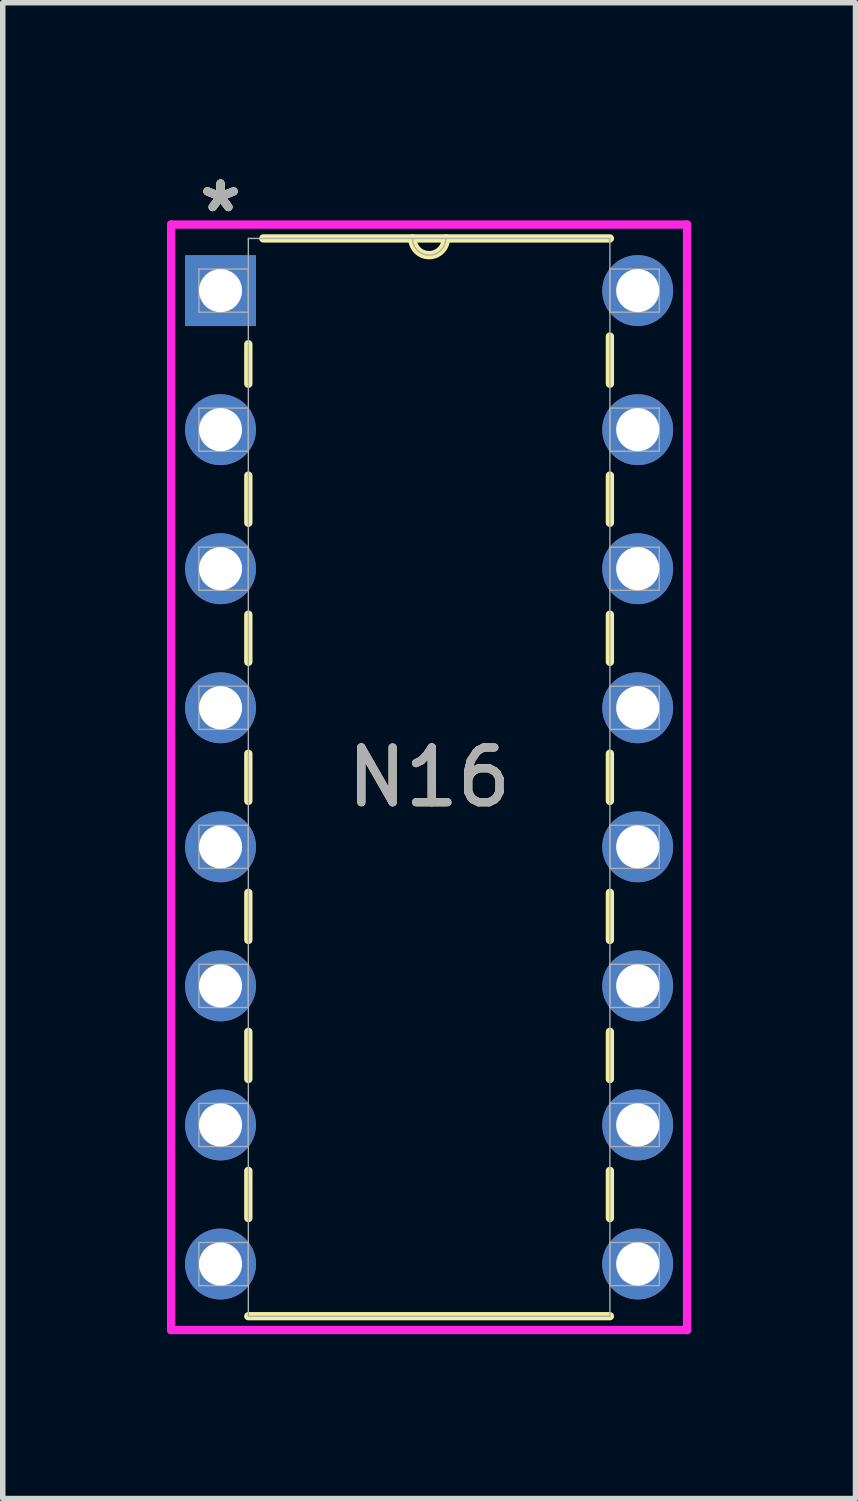
<source format=kicad_pcb>
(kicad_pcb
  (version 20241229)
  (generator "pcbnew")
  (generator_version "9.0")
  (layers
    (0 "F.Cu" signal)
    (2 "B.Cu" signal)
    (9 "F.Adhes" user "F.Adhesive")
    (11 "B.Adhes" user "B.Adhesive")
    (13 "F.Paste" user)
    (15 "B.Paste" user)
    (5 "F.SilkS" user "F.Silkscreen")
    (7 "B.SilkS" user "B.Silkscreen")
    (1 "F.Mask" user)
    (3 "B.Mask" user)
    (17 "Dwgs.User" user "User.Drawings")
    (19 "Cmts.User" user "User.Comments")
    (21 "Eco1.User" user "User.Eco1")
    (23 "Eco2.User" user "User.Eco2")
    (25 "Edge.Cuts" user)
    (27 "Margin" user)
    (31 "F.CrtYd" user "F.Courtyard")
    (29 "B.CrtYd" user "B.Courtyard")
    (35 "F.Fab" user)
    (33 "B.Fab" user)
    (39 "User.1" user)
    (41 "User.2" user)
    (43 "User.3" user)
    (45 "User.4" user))
  (footprint "N16"
    (layer "F.Cu")
    (at 8.598 20.038)
    (property "Reference" "N16" (at -3.81 -8.89 0) (unlocked yes) (layer "F.SilkS") (effects (font (size 1 1) (thickness 0.15))))
    (attr through_hole)
    (fp_line (start -7.112 -16.8) (end -7.112 -16.079) (stroke (width 0.152) (type solid)) (layer "F.SilkS"))
    (fp_line (start -7.112 -14.401) (end -7.112 -13.539) (stroke (width 0.152) (type solid)) (layer "F.SilkS"))
    (fp_line (start -7.112 -11.861) (end -7.112 -10.999) (stroke (width 0.152) (type solid)) (layer "F.SilkS"))
    (fp_line (start -7.112 -9.321) (end -7.112 -8.459) (stroke (width 0.152) (type solid)) (layer "F.SilkS"))
    (fp_line (start -7.112 -6.781) (end -7.112 -5.919) (stroke (width 0.152) (type solid)) (layer "F.SilkS"))
    (fp_line (start -7.112 -4.241) (end -7.112 -3.379) (stroke (width 0.152) (type solid)) (layer "F.SilkS"))
    (fp_line (start -7.112 -1.701) (end -7.112 -0.839) (stroke (width 0.152) (type solid)) (layer "F.SilkS"))
    (fp_line (start -7.112 0.953) (end -0.508 0.953) (stroke (width 0.152) (type solid)) (layer "F.SilkS"))
    (fp_line (start -0.508 -18.733) (end -6.839 -18.733) (stroke (width 0.152) (type solid)) (layer "F.SilkS"))
    (fp_line (start -0.508 -16.079) (end -0.508 -16.941) (stroke (width 0.152) (type solid)) (layer "F.SilkS"))
    (fp_line (start -0.508 -13.539) (end -0.508 -14.401) (stroke (width 0.152) (type solid)) (layer "F.SilkS"))
    (fp_line (start -0.508 -10.999) (end -0.508 -11.861) (stroke (width 0.152) (type solid)) (layer "F.SilkS"))
    (fp_line (start -0.508 -8.459) (end -0.508 -9.321) (stroke (width 0.152) (type solid)) (layer "F.SilkS"))
    (fp_line (start -0.508 -5.919) (end -0.508 -6.781) (stroke (width 0.152) (type solid)) (layer "F.SilkS"))
    (fp_line (start -0.508 -3.379) (end -0.508 -4.241) (stroke (width 0.152) (type solid)) (layer "F.SilkS"))
    (fp_line (start -0.508 -0.839) (end -0.508 -1.701) (stroke (width 0.152) (type solid)) (layer "F.SilkS"))
    (fp_arc (start -3.5052 -18.7325) (mid -3.81 -18.4277) (end -4.1148 -18.7325) (stroke (width 0.1524) (type solid)) (layer "F.SilkS"))
    (fp_line (start -8.522 -18.986) (end -8.522 1.206) (stroke (width 0.152) (type solid)) (layer "F.CrtYd"))
    (fp_line (start -8.522 1.206) (end 0.902 1.206) (stroke (width 0.152) (type solid)) (layer "F.CrtYd"))
    (fp_line (start 0.902 -18.986) (end -8.522 -18.986) (stroke (width 0.152) (type solid)) (layer "F.CrtYd"))
    (fp_line (start 0.902 1.206) (end 0.902 -18.986) (stroke (width 0.152) (type solid)) (layer "F.CrtYd"))
    (fp_line (start -8.014 -18.174) (end -8.014 -17.386) (stroke (width 0.025) (type solid)) (layer "F.Fab"))
    (fp_line (start -8.014 -17.386) (end -7.112 -17.386) (stroke (width 0.025) (type solid)) (layer "F.Fab"))
    (fp_line (start -8.014 -15.634) (end -8.014 -14.846) (stroke (width 0.025) (type solid)) (layer "F.Fab"))
    (fp_line (start -8.014 -14.846) (end -7.112 -14.846) (stroke (width 0.025) (type solid)) (layer "F.Fab"))
    (fp_line (start -8.014 -13.094) (end -8.014 -12.306) (stroke (width 0.025) (type solid)) (layer "F.Fab"))
    (fp_line (start -8.014 -12.306) (end -7.112 -12.306) (stroke (width 0.025) (type solid)) (layer "F.Fab"))
    (fp_line (start -8.014 -10.554) (end -8.014 -9.766) (stroke (width 0.025) (type solid)) (layer "F.Fab"))
    (fp_line (start -8.014 -9.766) (end -7.112 -9.766) (stroke (width 0.025) (type solid)) (layer "F.Fab"))
    (fp_line (start -8.014 -8.014) (end -8.014 -7.226) (stroke (width 0.025) (type solid)) (layer "F.Fab"))
    (fp_line (start -8.014 -7.226) (end -7.112 -7.226) (stroke (width 0.025) (type solid)) (layer "F.Fab"))
    (fp_line (start -8.014 -5.474) (end -8.014 -4.686) (stroke (width 0.025) (type solid)) (layer "F.Fab"))
    (fp_line (start -8.014 -4.686) (end -7.112 -4.686) (stroke (width 0.025) (type solid)) (layer "F.Fab"))
    (fp_line (start -8.014 -2.934) (end -8.014 -2.146) (stroke (width 0.025) (type solid)) (layer "F.Fab"))
    (fp_line (start -8.014 -2.146) (end -7.112 -2.146) (stroke (width 0.025) (type solid)) (layer "F.Fab"))
    (fp_line (start -8.014 -0.394) (end -8.014 0.394) (stroke (width 0.025) (type solid)) (layer "F.Fab"))
    (fp_line (start -8.014 0.394) (end -7.112 0.394) (stroke (width 0.025) (type solid)) (layer "F.Fab"))
    (fp_line (start -7.112 -18.733) (end -7.112 0.953) (stroke (width 0.025) (type solid)) (layer "F.Fab"))
    (fp_line (start -7.112 -18.174) (end -8.014 -18.174) (stroke (width 0.025) (type solid)) (layer "F.Fab"))
    (fp_line (start -7.112 -17.386) (end -7.112 -18.174) (stroke (width 0.025) (type solid)) (layer "F.Fab"))
    (fp_line (start -7.112 -15.634) (end -8.014 -15.634) (stroke (width 0.025) (type solid)) (layer "F.Fab"))
    (fp_line (start -7.112 -14.846) (end -7.112 -15.634) (stroke (width 0.025) (type solid)) (layer "F.Fab"))
    (fp_line (start -7.112 -13.094) (end -8.014 -13.094) (stroke (width 0.025) (type solid)) (layer "F.Fab"))
    (fp_line (start -7.112 -12.306) (end -7.112 -13.094) (stroke (width 0.025) (type solid)) (layer "F.Fab"))
    (fp_line (start -7.112 -10.554) (end -8.014 -10.554) (stroke (width 0.025) (type solid)) (layer "F.Fab"))
    (fp_line (start -7.112 -9.766) (end -7.112 -10.554) (stroke (width 0.025) (type solid)) (layer "F.Fab"))
    (fp_line (start -7.112 -8.014) (end -8.014 -8.014) (stroke (width 0.025) (type solid)) (layer "F.Fab"))
    (fp_line (start -7.112 -7.226) (end -7.112 -8.014) (stroke (width 0.025) (type solid)) (layer "F.Fab"))
    (fp_line (start -7.112 -5.474) (end -8.014 -5.474) (stroke (width 0.025) (type solid)) (layer "F.Fab"))
    (fp_line (start -7.112 -4.686) (end -7.112 -5.474) (stroke (width 0.025) (type solid)) (layer "F.Fab"))
    (fp_line (start -7.112 -2.934) (end -8.014 -2.934) (stroke (width 0.025) (type solid)) (layer "F.Fab"))
    (fp_line (start -7.112 -2.146) (end -7.112 -2.934) (stroke (width 0.025) (type solid)) (layer "F.Fab"))
    (fp_line (start -7.112 -0.394) (end -8.014 -0.394) (stroke (width 0.025) (type solid)) (layer "F.Fab"))
    (fp_line (start -7.112 0.394) (end -7.112 -0.394) (stroke (width 0.025) (type solid)) (layer "F.Fab"))
    (fp_line (start -7.112 0.953) (end -0.508 0.953) (stroke (width 0.025) (type solid)) (layer "F.Fab"))
    (fp_line (start -0.508 -18.733) (end -7.112 -18.733) (stroke (width 0.025) (type solid)) (layer "F.Fab"))
    (fp_line (start -0.508 -18.174) (end -0.508 -17.386) (stroke (width 0.025) (type solid)) (layer "F.Fab"))
    (fp_line (start -0.508 -17.386) (end 0.394 -17.386) (stroke (width 0.025) (type solid)) (layer "F.Fab"))
    (fp_line (start -0.508 -15.634) (end -0.508 -14.846) (stroke (width 0.025) (type solid)) (layer "F.Fab"))
    (fp_line (start -0.508 -14.846) (end 0.394 -14.846) (stroke (width 0.025) (type solid)) (layer "F.Fab"))
    (fp_line (start -0.508 -13.094) (end -0.508 -12.306) (stroke (width 0.025) (type solid)) (layer "F.Fab"))
    (fp_line (start -0.508 -12.306) (end 0.394 -12.306) (stroke (width 0.025) (type solid)) (layer "F.Fab"))
    (fp_line (start -0.508 -10.554) (end -0.508 -9.766) (stroke (width 0.025) (type solid)) (layer "F.Fab"))
    (fp_line (start -0.508 -9.766) (end 0.394 -9.766) (stroke (width 0.025) (type solid)) (layer "F.Fab"))
    (fp_line (start -0.508 -8.014) (end -0.508 -7.226) (stroke (width 0.025) (type solid)) (layer "F.Fab"))
    (fp_line (start -0.508 -7.226) (end 0.394 -7.226) (stroke (width 0.025) (type solid)) (layer "F.Fab"))
    (fp_line (start -0.508 -5.474) (end -0.508 -4.686) (stroke (width 0.025) (type solid)) (layer "F.Fab"))
    (fp_line (start -0.508 -4.686) (end 0.394 -4.686) (stroke (width 0.025) (type solid)) (layer "F.Fab"))
    (fp_line (start -0.508 -2.934) (end -0.508 -2.146) (stroke (width 0.025) (type solid)) (layer "F.Fab"))
    (fp_line (start -0.508 -2.146) (end 0.394 -2.146) (stroke (width 0.025) (type solid)) (layer "F.Fab"))
    (fp_line (start -0.508 -0.394) (end -0.508 0.394) (stroke (width 0.025) (type solid)) (layer "F.Fab"))
    (fp_line (start -0.508 0.394) (end 0.394 0.394) (stroke (width 0.025) (type solid)) (layer "F.Fab"))
    (fp_line (start -0.508 0.953) (end -0.508 -18.733) (stroke (width 0.025) (type solid)) (layer "F.Fab"))
    (fp_line (start 0.394 -18.174) (end -0.508 -18.174) (stroke (width 0.025) (type solid)) (layer "F.Fab"))
    (fp_line (start 0.394 -17.386) (end 0.394 -18.174) (stroke (width 0.025) (type solid)) (layer "F.Fab"))
    (fp_line (start 0.394 -15.634) (end -0.508 -15.634) (stroke (width 0.025) (type solid)) (layer "F.Fab"))
    (fp_line (start 0.394 -14.846) (end 0.394 -15.634) (stroke (width 0.025) (type solid)) (layer "F.Fab"))
    (fp_line (start 0.394 -13.094) (end -0.508 -13.094) (stroke (width 0.025) (type solid)) (layer "F.Fab"))
    (fp_line (start 0.394 -12.306) (end 0.394 -13.094) (stroke (width 0.025) (type solid)) (layer "F.Fab"))
    (fp_line (start 0.394 -10.554) (end -0.508 -10.554) (stroke (width 0.025) (type solid)) (layer "F.Fab"))
    (fp_line (start 0.394 -9.766) (end 0.394 -10.554) (stroke (width 0.025) (type solid)) (layer "F.Fab"))
    (fp_line (start 0.394 -8.014) (end -0.508 -8.014) (stroke (width 0.025) (type solid)) (layer "F.Fab"))
    (fp_line (start 0.394 -7.226) (end 0.394 -8.014) (stroke (width 0.025) (type solid)) (layer "F.Fab"))
    (fp_line (start 0.394 -5.474) (end -0.508 -5.474) (stroke (width 0.025) (type solid)) (layer "F.Fab"))
    (fp_line (start 0.394 -4.686) (end 0.394 -5.474) (stroke (width 0.025) (type solid)) (layer "F.Fab"))
    (fp_line (start 0.394 -2.934) (end -0.508 -2.934) (stroke (width 0.025) (type solid)) (layer "F.Fab"))
    (fp_line (start 0.394 -2.146) (end 0.394 -2.934) (stroke (width 0.025) (type solid)) (layer "F.Fab"))
    (fp_line (start 0.394 -0.394) (end -0.508 -0.394) (stroke (width 0.025) (type solid)) (layer "F.Fab"))
    (fp_line (start 0.394 0.394) (end 0.394 -0.394) (stroke (width 0.025) (type solid)) (layer "F.Fab"))
    (fp_arc (start -3.5052 -18.7325) (mid -3.81 -18.4277) (end -4.1148 -18.7325) (stroke (width 0.0254) (type solid)) (layer "F.Fab"))
    (fp_text user "*" (at -7.62 -19.19 0) (unlocked yes) (layer "F.SilkS") (effects (font (size 1 1) (thickness 0.15))))
    (fp_text user "*" (at -7.62 -19.19 0) (layer "F.SilkS") (effects (font (size 1 1) (thickness 0.15))))
    (fp_text user "*" (at -7.62 -19.19 0) (unlocked yes) (layer "F.Fab") (effects (font (size 1 1) (thickness 0.15))))
    (fp_text user "${REFERENCE}" (at -3.81 -8.89 0) (unlocked yes) (layer "F.Fab") (effects (font (size 1 1) (thickness 0.15))))
    (fp_text user "*" (at -7.62 -19.19 0) (layer "F.Fab") (effects (font (size 1 1) (thickness 0.15))))
    (pad "1" thru_hole rect (at -7.62 -17.78) (size 1.295 1.295) (drill 0.787) (layers "*.Cu" "*.Mask"))
    (pad "2" thru_hole circle (at -7.62 -15.24) (size 1.295 1.295) (drill 0.787) (layers "*.Cu" "*.Mask"))
    (pad "3" thru_hole circle (at -7.62 -12.7) (size 1.295 1.295) (drill 0.787) (layers "*.Cu" "*.Mask"))
    (pad "4" thru_hole circle (at -7.62 -10.16) (size 1.295 1.295) (drill 0.787) (layers "*.Cu" "*.Mask"))
    (pad "5" thru_hole circle (at -7.62 -7.62) (size 1.295 1.295) (drill 0.787) (layers "*.Cu" "*.Mask"))
    (pad "6" thru_hole circle (at -7.62 -5.08) (size 1.295 1.295) (drill 0.787) (layers "*.Cu" "*.Mask"))
    (pad "7" thru_hole circle (at -7.62 -2.54) (size 1.295 1.295) (drill 0.787) (layers "*.Cu" "*.Mask"))
    (pad "8" thru_hole circle (at -7.62 0) (size 1.295 1.295) (drill 0.787) (layers "*.Cu" "*.Mask"))
    (pad "9" thru_hole circle (at 0 0) (size 1.295 1.295) (drill 0.787) (layers "*.Cu" "*.Mask"))
    (pad "10" thru_hole circle (at 0 -2.54) (size 1.295 1.295) (drill 0.787) (layers "*.Cu" "*.Mask"))
    (pad "11" thru_hole circle (at 0 -5.08) (size 1.295 1.295) (drill 0.787) (layers "*.Cu" "*.Mask"))
    (pad "12" thru_hole circle (at 0 -7.62) (size 1.295 1.295) (drill 0.787) (layers "*.Cu" "*.Mask"))
    (pad "13" thru_hole circle (at 0 -10.16) (size 1.295 1.295) (drill 0.787) (layers "*.Cu" "*.Mask"))
    (pad "14" thru_hole circle (at 0 -12.7) (size 1.295 1.295) (drill 0.787) (layers "*.Cu" "*.Mask"))
    (pad "15" thru_hole circle (at 0 -15.24) (size 1.295 1.295) (drill 0.787) (layers "*.Cu" "*.Mask"))
    (pad "16" thru_hole circle (at 0 -17.78) (size 1.295 1.295) (drill 0.787) (layers "*.Cu" "*.Mask")))
  (gr_rect
    (start -3 -3)
    (end 12.576 24.321)
    (stroke (width 0.1) (type default))
    (fill no)
    (layer "Edge.Cuts")))
</source>
